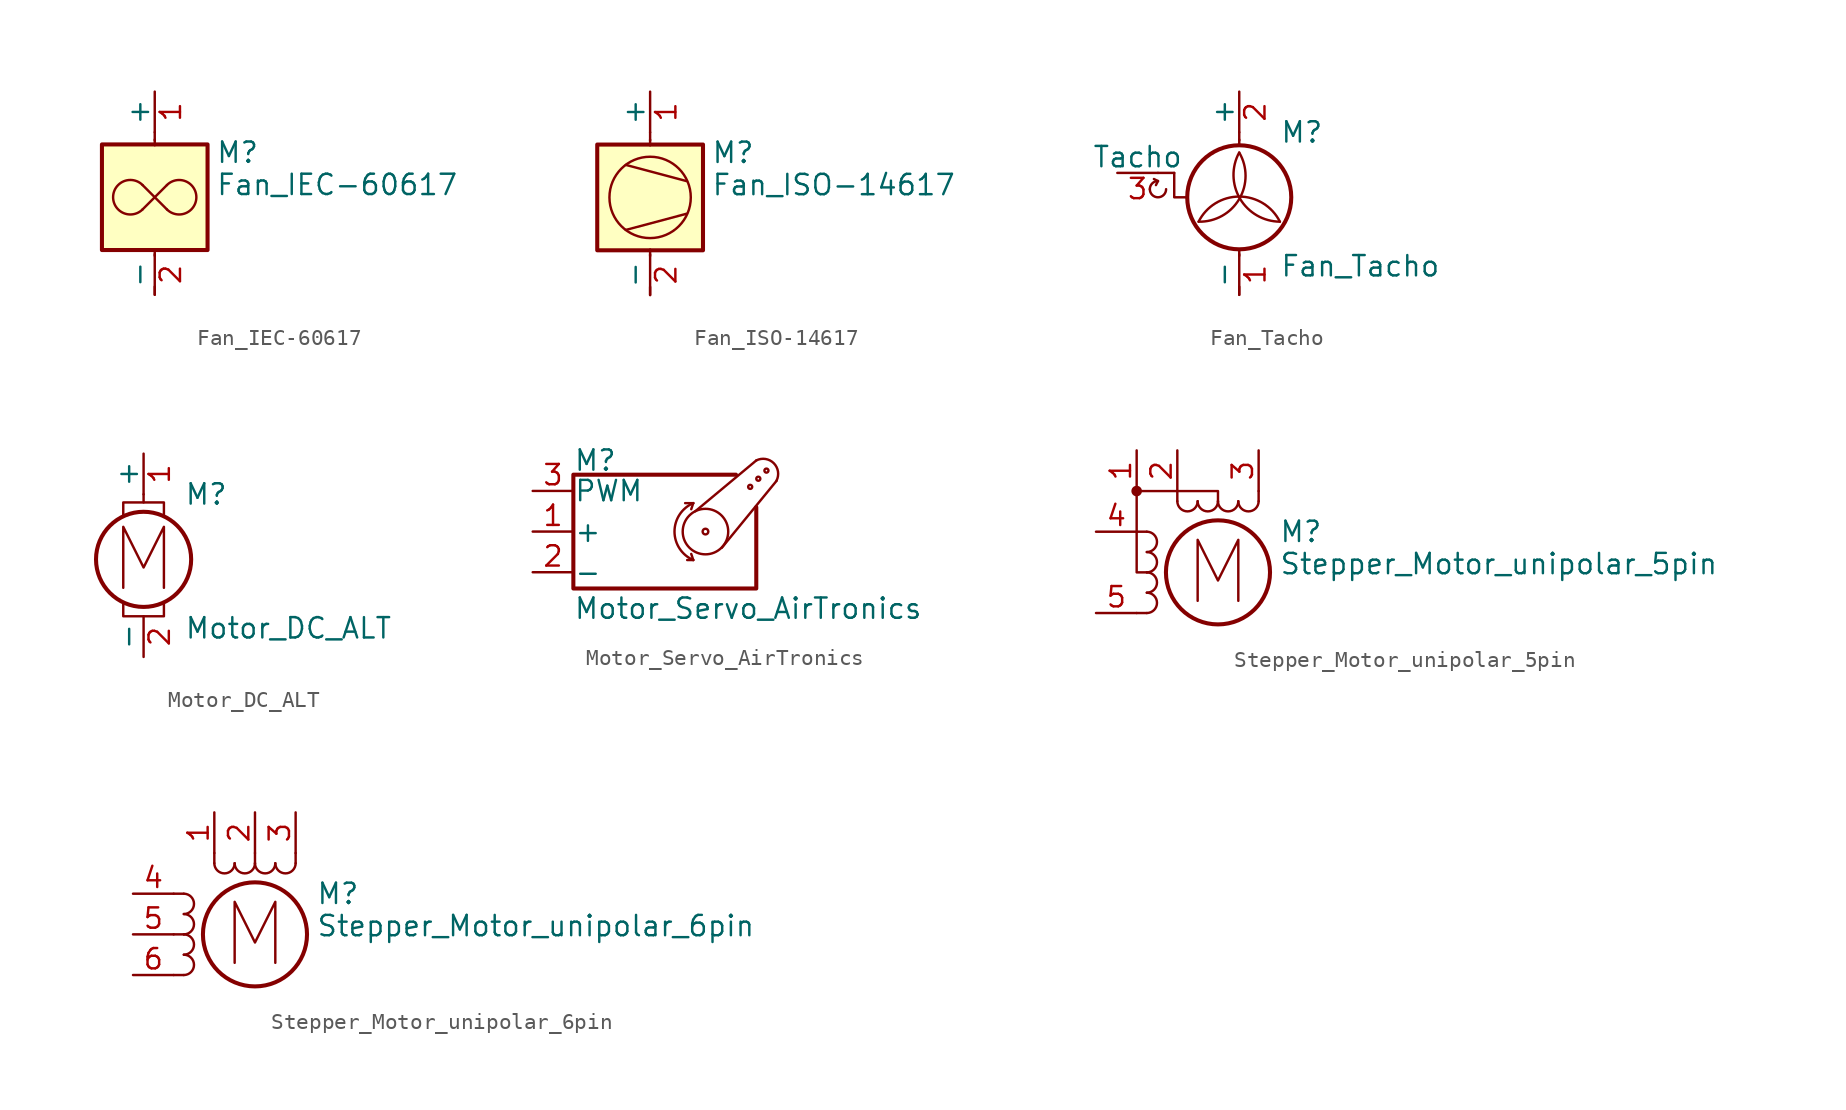
<source format=kicad_sym>
(kicad_symbol_lib
  (version 20241209)
  (generator "kicad_symbol_editor")
  (generator_version "9.0")
  (symbol "Fan_IEC-60617"
    (pin_names
      (offset 0))
    (property "Reference" "M"
      (at 3.81 3.81 0)
      (effects (font (size 1.27 1.27)) (justify left)))
    (property "Value" "Fan_IEC-60617"
      (at 3.81 2.54 0)
      (effects (font (size 1.27 1.27)) (justify left top)))
    (symbol "Fan_IEC-60617_0_1"
      (rectangle (start -3.302 4.318) (end 3.302 -2.286) (stroke (width 0.254) (type default)) (fill (type background)))
      (arc (start -0.762 0.254) (mid -2.6016 1.016) (end -0.762 1.778) (stroke (width 0) (type default)) (fill (type none)))
      (polyline (pts (xy -0.762 1.778) (xy 0.762 0.254)) (stroke (width 0) (type default)) (fill (type none)))
      (polyline (pts (xy -0.762 0.254) (xy 0.762 1.778)) (stroke (width 0) (type default)) (fill (type none)))
      (polyline (pts (xy 0 4.572) (xy 0 5.08)) (stroke (width 0) (type default)) (fill (type none)))
      (polyline (pts (xy 0 4.267) (xy 0 4.623)) (stroke (width 0) (type default)) (fill (type none)))
      (polyline (pts (xy 0 -2.235) (xy 0 -2.642)) (stroke (width 0) (type default)) (fill (type none)))
      (polyline (pts (xy 0 -5.08) (xy 0 -4.572)) (stroke (width 0) (type default)) (fill (type none)))
      (arc (start 0.762 1.778) (mid 2.6016 1.016) (end 0.762 0.254) (stroke (width 0) (type default)) (fill (type none))))
    (symbol "Fan_IEC-60617_1_1"
      (pin passive line (at 0 7.62 270) (length 2.54) (name "+" (effects (font (size 1.27 1.27)))) (number "1" (effects (font (size 1.27 1.27)))))
      (pin passive line (at 0 -5.08 90) (length 2.54) (name "-" (effects (font (size 1.27 1.27)))) (number "2" (effects (font (size 1.27 1.27)))))))
  (symbol "Fan_ISO-14617"
    (pin_names
      (offset 0))
    (property "Reference" "M"
      (at 3.81 3.81 0)
      (effects (font (size 1.27 1.27)) (justify left)))
    (property "Value" "Fan_ISO-14617"
      (at 3.81 2.54 0)
      (effects (font (size 1.27 1.27)) (justify left top)))
    (symbol "Fan_ISO-14617_0_1"
      (rectangle (start -3.302 4.318) (end 3.302 -2.286) (stroke (width 0.254) (type default)) (fill (type background)))
      (polyline (pts (xy -1.524 3.048) (xy 2.286 2.032)) (stroke (width 0) (type default)) (fill (type none)))
      (polyline (pts (xy -1.524 -1.016) (xy 2.286 0)) (stroke (width 0) (type default)) (fill (type none)))
      (polyline (pts (xy 0 4.572) (xy 0 5.08)) (stroke (width 0) (type default)) (fill (type none)))
      (polyline (pts (xy 0 4.267) (xy 0 4.623)) (stroke (width 0) (type default)) (fill (type none)))
      (circle (center 0 1.016) (radius 2.54) (stroke (width 0) (type default)) (fill (type none)))
      (polyline (pts (xy 0 -2.235) (xy 0 -2.642)) (stroke (width 0) (type default)) (fill (type none)))
      (polyline (pts (xy 0 -5.08) (xy 0 -4.572)) (stroke (width 0) (type default)) (fill (type none))))
    (symbol "Fan_ISO-14617_1_1"
      (pin passive line (at 0 7.62 270) (length 2.54) (name "+" (effects (font (size 1.27 1.27)))) (number "1" (effects (font (size 1.27 1.27)))))
      (pin passive line (at 0 -5.08 90) (length 2.54) (name "-" (effects (font (size 1.27 1.27)))) (number "2" (effects (font (size 1.27 1.27)))))))
  (symbol "Fan_Tacho"
    (pin_names
      (offset 0))
    (property "Reference" "M"
      (at 2.54 2.54 0)
      (effects (font (size 1.27 1.27)) (justify left)))
    (property "Value" "Fan_Tacho"
      (at 2.54 -5.08 0)
      (effects (font (size 1.27 1.27)) (justify left top)))
    (symbol "Fan_Tacho_0_0"
      (polyline (pts (xy -5.08 -0.508) (xy -5.334 -0.381)) (stroke (width 0) (type default)) (fill (type none)))
      (polyline (pts (xy -5.08 -0.508) (xy -5.207 -0.762)) (stroke (width 0) (type default)) (fill (type none)))
      (arc (start -4.572 -1.016) (mid -5.08 -1.5218) (end -5.588 -1.016) (stroke (width 0) (type default)) (fill (type none)))
      (arc (start -5.588 -1.016) (mid -5.4392 -0.6568) (end -5.08 -0.508) (stroke (width 0) (type default)) (fill (type none)))
      (polyline (pts (xy -4.064 0) (xy -4.064 -1.524) (xy -3.302 -1.524)) (stroke (width 0) (type default)) (fill (type none))))
    (symbol "Fan_Tacho_0_1"
      (polyline (pts (xy -4.064 0) (xy -5.08 0)) (stroke (width 0) (type default)) (fill (type none)))
      (arc (start 0 1.27) (mid -0.0015 -1.6352) (end -2.54 -3.048) (stroke (width 0) (type default)) (fill (type none)))
      (polyline (pts (xy 0 2.032) (xy 0 2.54)) (stroke (width 0) (type default)) (fill (type none)))
      (polyline (pts (xy 0 1.727) (xy 0 2.083)) (stroke (width 0) (type default)) (fill (type none)))
      (circle (center 0 -1.524) (radius 3.251) (stroke (width 0.254) (type default)) (fill (type none)))
      (arc (start -2.54 -3.048) (mid 0 -1.4782) (end 2.54 -3.048) (stroke (width 0) (type default)) (fill (type none)))
      (polyline (pts (xy 0 -4.775) (xy 0 -5.182)) (stroke (width 0) (type default)) (fill (type none)))
      (polyline (pts (xy 0 -7.62) (xy 0 -7.112)) (stroke (width 0) (type default)) (fill (type none)))
      (arc (start 2.54 -3.048) (mid 0.047 -1.6085) (end 0 1.27) (stroke (width 0) (type default)) (fill (type none))))
    (symbol "Fan_Tacho_1_1"
      (pin passive line (at -7.62 0 0) (length 2.54) (name "Tacho" (effects (font (size 1.27 1.27)))) (number "3" (effects (font (size 1.27 1.27)))))
      (pin passive line (at 0 5.08 270) (length 2.54) (name "+" (effects (font (size 1.27 1.27)))) (number "2" (effects (font (size 1.27 1.27)))))
      (pin passive line (at 0 -7.62 90) (length 2.54) (name "-" (effects (font (size 1.27 1.27)))) (number "1" (effects (font (size 1.27 1.27)))))))
  (symbol "Motor_DC_ALT"
    (pin_names
      (offset 0))
    (property "Reference" "M"
      (at 2.54 2.54 0)
      (effects (font (size 1.27 1.27)) (justify left)))
    (property "Value" "Motor_DC_ALT"
      (at 2.54 -5.08 0)
      (effects (font (size 1.27 1.27)) (justify left top)))
    (symbol "Motor_DC_ALT_0_0"
      (polyline (pts (xy -1.27 1.27) (xy -1.27 2.032) (xy 1.27 2.032) (xy 1.27 1.27)) (stroke (width 0) (type default)) (fill (type none)))
      (polyline (pts (xy -1.27 -3.302) (xy -1.27 0.508) (xy 0 -2.032) (xy 1.27 0.508) (xy 1.27 -3.302)) (stroke (width 0) (type default)) (fill (type none)))
      (polyline (pts (xy -1.27 -4.318) (xy -1.27 -5.08) (xy 1.27 -5.08) (xy 1.27 -4.318)) (stroke (width 0) (type default)) (fill (type none)))
      (circle (center 0 -1.524) (radius 2.972) (stroke (width 0.254) (type default)) (fill (type none))))
    (symbol "Motor_DC_ALT_0_1"
      (polyline (pts (xy 0 2.032) (xy 0 2.54)) (stroke (width 0) (type default)) (fill (type none))))
    (symbol "Motor_DC_ALT_1_1"
      (pin passive line (at 0 5.08 270) (length 2.54) (name "+" (effects (font (size 1.27 1.27)))) (number "1" (effects (font (size 1.27 1.27)))))
      (pin passive line (at 0 -7.62 90) (length 2.54) (name "-" (effects (font (size 1.27 1.27)))) (number "2" (effects (font (size 1.27 1.27)))))))
  (symbol "Motor_Servo_AirTronics"
    (pin_names
      (offset 0.025))
    (property "Reference" "M"
      (at -5.08 4.445 0)
      (effects (font (size 1.27 1.27)) (justify left)))
    (property "Value" "Motor_Servo_AirTronics"
      (at -5.08 -4.064 0)
      (effects (font (size 1.27 1.27)) (justify left top)))
    (symbol "Motor_Servo_AirTronics_0_1"
      (polyline (pts (xy 2.413 1.778) (xy 1.905 1.778)) (stroke (width 0) (type default)) (fill (type none)))
      (polyline (pts (xy 2.413 1.778) (xy 2.286 1.397)) (stroke (width 0) (type default)) (fill (type none)))
      (polyline (pts (xy 2.413 -1.778) (xy 2.032 -1.778)) (stroke (width 0) (type default)) (fill (type none)))
      (polyline (pts (xy 2.413 -1.778) (xy 2.286 -1.397)) (stroke (width 0) (type default)) (fill (type none)))
      (arc (start 2.413 -1.778) (mid 1.2406 0) (end 2.413 1.778) (stroke (width 0) (type default)) (fill (type none)))
      (circle (center 3.175 0) (radius 0.178) (stroke (width 0) (type default)) (fill (type none)))
      (circle (center 3.175 0) (radius 1.422) (stroke (width 0) (type default)) (fill (type none)))
      (circle (center 5.969 2.794) (radius 0.127) (stroke (width 0) (type default)) (fill (type none)))
      (polyline (pts (xy 6.35 4.445) (xy 2.54 1.27)) (stroke (width 0) (type default)) (fill (type none)))
      (polyline (pts (xy 6.35 1.524) (xy 6.35 -3.556) (xy -5.08 -3.556) (xy -5.08 3.556) (xy 5.08 3.556)) (stroke (width 0.254) (type default)) (fill (type none)))
      (circle (center 6.477 3.302) (radius 0.127) (stroke (width 0) (type default)) (fill (type none)))
      (arc (start 6.35 4.445) (mid 7.4487 4.2737) (end 7.62 3.175) (stroke (width 0) (type default)) (fill (type none)))
      (circle (center 6.985 3.81) (radius 0.127) (stroke (width 0) (type default)) (fill (type none)))
      (polyline (pts (xy 7.62 3.175) (xy 4.191 -1.016)) (stroke (width 0) (type default)) (fill (type none))))
    (symbol "Motor_Servo_AirTronics_1_1"
      (pin passive line (at -7.62 2.54 0) (length 2.54) (name "PWM" (effects (font (size 1.27 1.27)))) (number "3" (effects (font (size 1.27 1.27)))))
      (pin passive line (at -7.62 0 0) (length 2.54) (name "+" (effects (font (size 1.27 1.27)))) (number "1" (effects (font (size 1.27 1.27)))))
      (pin passive line (at -7.62 -2.54 0) (length 2.54) (name "-" (effects (font (size 1.27 1.27)))) (number "2" (effects (font (size 1.27 1.27)))))))
  (symbol "Stepper_Motor_unipolar_5pin"
    (pin_names
      (offset 0)
      (hide yes))
    (property "Reference" "M"
      (at 3.81 2.54 0)
      (effects (font (size 1.27 1.27)) (justify left)))
    (property "Value" "Stepper_Motor_unipolar_5pin"
      (at 3.81 1.27 0)
      (effects (font (size 1.27 1.27)) (justify left top)))
    (symbol "Stepper_Motor_unipolar_5pin_0_0"
      (polyline (pts (xy -1.27 -1.778) (xy -1.27 2.032) (xy 0 -0.508) (xy 1.27 2.032) (xy 1.27 -1.778)) (stroke (width 0) (type default)) (fill (type none))))
    (symbol "Stepper_Motor_unipolar_5pin_0_1"
      (circle (center -5.08 5.08) (radius 0.0001) (stroke (width 0) (type default)) (fill (type outline)))
      (circle (center -5.08 5.08) (radius 0.254) (stroke (width 0) (type default)) (fill (type outline)))
      (polyline (pts (xy -5.08 5.08) (xy -5.08 0) (xy -4.445 0)) (stroke (width 0) (type default)) (fill (type none)))
      (polyline (pts (xy -5.08 2.54) (xy -4.445 2.54)) (stroke (width 0) (type default)) (fill (type none)))
      (polyline (pts (xy -5.08 -2.54) (xy -4.445 -2.54)) (stroke (width 0) (type default)) (fill (type none)))
      (arc (start -4.445 2.54) (mid -3.8127 1.905) (end -4.445 1.27) (stroke (width 0) (type default)) (fill (type none)))
      (arc (start -4.445 1.27) (mid -3.8127 0.635) (end -4.445 0) (stroke (width 0) (type default)) (fill (type none)))
      (arc (start -4.445 0) (mid -3.8127 -0.635) (end -4.445 -1.27) (stroke (width 0) (type default)) (fill (type none)))
      (arc (start -4.445 -1.27) (mid -3.8127 -1.905) (end -4.445 -2.54) (stroke (width 0) (type default)) (fill (type none)))
      (polyline (pts (xy -2.54 4.445) (xy -2.54 5.08)) (stroke (width 0) (type default)) (fill (type none)))
      (arc (start -1.27 4.445) (mid -1.905 3.8127) (end -2.54 4.445) (stroke (width 0) (type default)) (fill (type none)))
      (arc (start 0 4.445) (mid -0.635 3.8127) (end -1.27 4.445) (stroke (width 0) (type default)) (fill (type none)))
      (polyline (pts (xy 0 4.445) (xy 0 5.08) (xy -5.08 5.08)) (stroke (width 0) (type default)) (fill (type none)))
      (circle (center 0 0) (radius 3.251) (stroke (width 0.254) (type default)) (fill (type none)))
      (arc (start 1.27 4.445) (mid 0.635 3.8127) (end 0 4.445) (stroke (width 0) (type default)) (fill (type none)))
      (arc (start 2.54 4.445) (mid 1.905 3.8127) (end 1.27 4.445) (stroke (width 0) (type default)) (fill (type none)))
      (polyline (pts (xy 2.54 4.445) (xy 2.54 5.08)) (stroke (width 0) (type default)) (fill (type none))))
    (symbol "Stepper_Motor_unipolar_5pin_1_1"
      (pin passive line (at -7.62 2.54 0) (length 2.54) (name "~" (effects (font (size 1.27 1.27)))) (number "4" (effects (font (size 1.27 1.27)))))
      (pin passive line (at -7.62 -2.54 0) (length 2.54) (name "~" (effects (font (size 1.27 1.27)))) (number "5" (effects (font (size 1.27 1.27)))))
      (pin passive line (at -5.08 7.62 270) (length 2.54) (name "~" (effects (font (size 1.27 1.27)))) (number "1" (effects (font (size 1.27 1.27)))))
      (pin passive line (at -2.54 7.62 270) (length 2.54) (name "~" (effects (font (size 1.27 1.27)))) (number "2" (effects (font (size 1.27 1.27)))))
      (pin passive line (at 2.54 7.62 270) (length 2.54) (name "-" (effects (font (size 1.27 1.27)))) (number "3" (effects (font (size 1.27 1.27)))))))
  (symbol "Stepper_Motor_unipolar_6pin"
    (pin_names
      (offset 0)
      (hide yes))
    (property "Reference" "M"
      (at 3.81 2.54 0)
      (effects (font (size 1.27 1.27)) (justify left)))
    (property "Value" "Stepper_Motor_unipolar_6pin"
      (at 3.81 1.27 0)
      (effects (font (size 1.27 1.27)) (justify left top)))
    (symbol "Stepper_Motor_unipolar_6pin_0_0"
      (polyline (pts (xy -1.27 -1.778) (xy -1.27 2.032) (xy 0 -0.508) (xy 1.27 2.032) (xy 1.27 -1.778)) (stroke (width 0) (type default)) (fill (type none))))
    (symbol "Stepper_Motor_unipolar_6pin_0_1"
      (polyline (pts (xy -5.08 2.54) (xy -4.445 2.54)) (stroke (width 0) (type default)) (fill (type none)))
      (polyline (pts (xy -5.08 -2.54) (xy -4.445 -2.54)) (stroke (width 0) (type default)) (fill (type none)))
      (arc (start -4.445 2.54) (mid -3.8127 1.905) (end -4.445 1.27) (stroke (width 0) (type default)) (fill (type none)))
      (arc (start -4.445 1.27) (mid -3.8127 0.635) (end -4.445 0) (stroke (width 0) (type default)) (fill (type none)))
      (arc (start -4.445 0) (mid -3.8127 -0.635) (end -4.445 -1.27) (stroke (width 0) (type default)) (fill (type none)))
      (arc (start -4.445 -1.27) (mid -3.8127 -1.905) (end -4.445 -2.54) (stroke (width 0) (type default)) (fill (type none)))
      (polyline (pts (xy -4.445 0) (xy -5.08 0)) (stroke (width 0) (type default)) (fill (type none)))
      (polyline (pts (xy -2.54 4.445) (xy -2.54 5.08)) (stroke (width 0) (type default)) (fill (type none)))
      (arc (start -1.27 4.445) (mid -1.905 3.8127) (end -2.54 4.445) (stroke (width 0) (type default)) (fill (type none)))
      (arc (start 0 4.445) (mid -0.635 3.8127) (end -1.27 4.445) (stroke (width 0) (type default)) (fill (type none)))
      (polyline (pts (xy 0 4.445) (xy 0 5.08)) (stroke (width 0) (type default)) (fill (type none)))
      (circle (center 0 0) (radius 3.251) (stroke (width 0.254) (type default)) (fill (type none)))
      (arc (start 1.27 4.445) (mid 0.635 3.8127) (end 0 4.445) (stroke (width 0) (type default)) (fill (type none)))
      (arc (start 2.54 4.445) (mid 1.905 3.8127) (end 1.27 4.445) (stroke (width 0) (type default)) (fill (type none)))
      (polyline (pts (xy 2.54 4.445) (xy 2.54 5.08)) (stroke (width 0) (type default)) (fill (type none))))
    (symbol "Stepper_Motor_unipolar_6pin_1_1"
      (pin passive line (at -7.62 2.54 0) (length 2.54) (name "~" (effects (font (size 1.27 1.27)))) (number "4" (effects (font (size 1.27 1.27)))))
      (pin passive line (at -7.62 0 0) (length 2.54) (name "~" (effects (font (size 1.27 1.27)))) (number "5" (effects (font (size 1.27 1.27)))))
      (pin passive line (at -7.62 -2.54 0) (length 2.54) (name "~" (effects (font (size 1.27 1.27)))) (number "6" (effects (font (size 1.27 1.27)))))
      (pin passive line (at -2.54 7.62 270) (length 2.54) (name "~" (effects (font (size 1.27 1.27)))) (number "1" (effects (font (size 1.27 1.27)))))
      (pin passive line (at 0 7.62 270) (length 2.54) (name "~" (effects (font (size 1.27 1.27)))) (number "2" (effects (font (size 1.27 1.27)))))
      (pin passive line (at 2.54 7.62 270) (length 2.54) (name "-" (effects (font (size 1.27 1.27)))) (number "3" (effects (font (size 1.27 1.27))))))))
</source>
